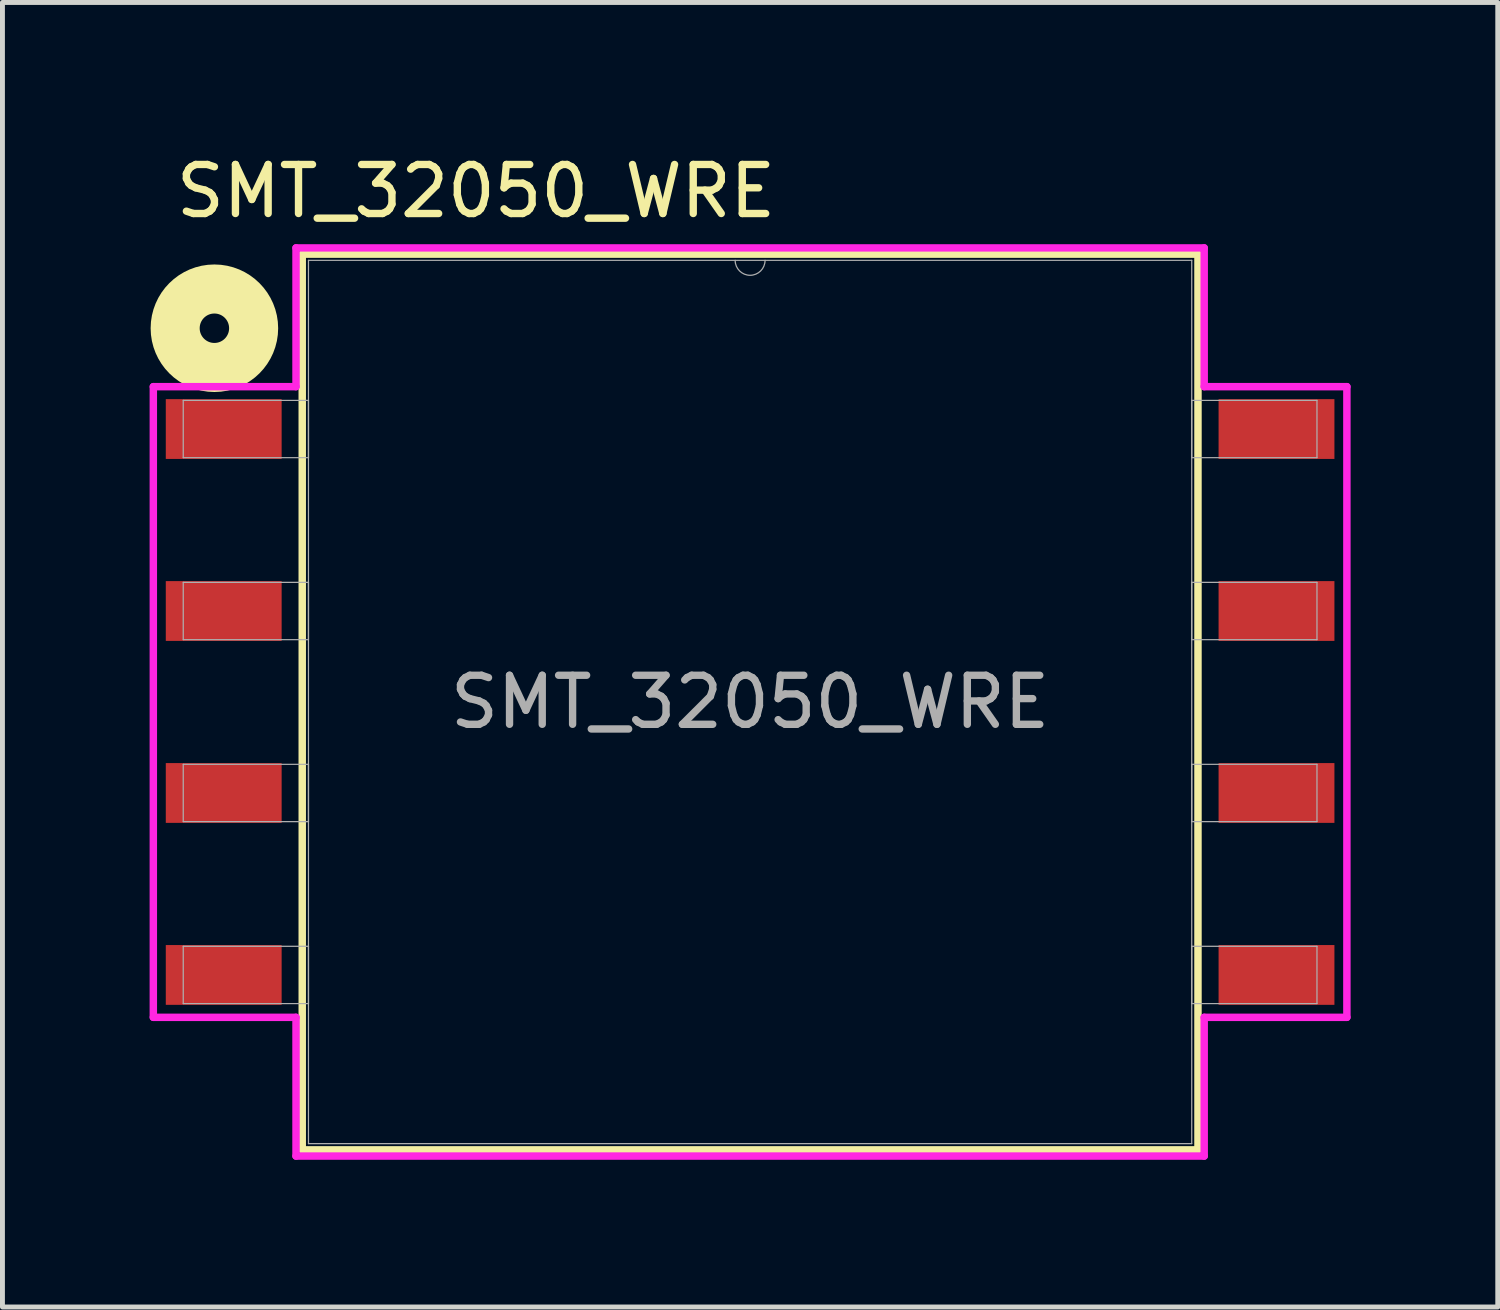
<source format=kicad_pcb>
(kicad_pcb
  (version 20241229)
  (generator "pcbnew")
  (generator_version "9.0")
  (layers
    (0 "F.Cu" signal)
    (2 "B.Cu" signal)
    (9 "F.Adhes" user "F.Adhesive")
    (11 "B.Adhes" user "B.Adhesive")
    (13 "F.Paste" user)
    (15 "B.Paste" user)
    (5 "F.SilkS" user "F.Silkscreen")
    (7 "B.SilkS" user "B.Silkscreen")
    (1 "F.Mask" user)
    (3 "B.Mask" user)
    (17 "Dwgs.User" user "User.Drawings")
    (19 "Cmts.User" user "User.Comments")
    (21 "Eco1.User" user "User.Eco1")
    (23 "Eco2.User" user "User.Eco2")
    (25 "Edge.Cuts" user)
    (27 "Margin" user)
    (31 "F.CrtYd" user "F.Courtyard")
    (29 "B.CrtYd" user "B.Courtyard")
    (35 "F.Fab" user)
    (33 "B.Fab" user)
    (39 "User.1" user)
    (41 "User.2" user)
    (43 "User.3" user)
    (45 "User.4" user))
  (footprint "SMT_32050_WRE"
    (layer "F.Cu")
    (at 12.243 11.262)
    (property "Reference" "SMT_32050_WRE" (at -5.588 -10.414 0) (unlocked yes) (layer "F.SilkS") (effects (font (size 1 1) (thickness 0.15))))
    (attr smd)
    (fp_line (start -9.131 -9.131) (end -9.131 9.131) (stroke (width 0.152) (type solid)) (layer "F.SilkS"))
    (fp_line (start -9.131 9.131) (end 9.131 9.131) (stroke (width 0.152) (type solid)) (layer "F.SilkS"))
    (fp_line (start 9.131 -9.131) (end -9.131 -9.131) (stroke (width 0.152) (type solid)) (layer "F.SilkS"))
    (fp_line (start 9.131 9.131) (end 9.131 -9.131) (stroke (width 0.152) (type solid)) (layer "F.SilkS"))
    (fp_circle (center -10.922 -7.62) (end -10.622 -7.62) (stroke (width 1) (type default)) (fill no) (layer "F.SilkS"))
    (fp_line (start -12.167 -6.429) (end -9.258 -6.429) (stroke (width 0.152) (type solid)) (layer "F.CrtYd"))
    (fp_line (start -12.167 6.429) (end -12.167 -6.429) (stroke (width 0.152) (type solid)) (layer "F.CrtYd"))
    (fp_line (start -12.167 6.429) (end -9.258 6.429) (stroke (width 0.152) (type solid)) (layer "F.CrtYd"))
    (fp_line (start -9.258 -9.258) (end 9.258 -9.258) (stroke (width 0.152) (type solid)) (layer "F.CrtYd"))
    (fp_line (start -9.258 -6.429) (end -9.258 -9.258) (stroke (width 0.152) (type solid)) (layer "F.CrtYd"))
    (fp_line (start -9.258 9.258) (end -9.258 6.429) (stroke (width 0.152) (type solid)) (layer "F.CrtYd"))
    (fp_line (start 9.258 -9.258) (end 9.258 -6.429) (stroke (width 0.152) (type solid)) (layer "F.CrtYd"))
    (fp_line (start 9.258 6.429) (end 9.258 9.258) (stroke (width 0.152) (type solid)) (layer "F.CrtYd"))
    (fp_line (start 9.258 9.258) (end -9.258 9.258) (stroke (width 0.152) (type solid)) (layer "F.CrtYd"))
    (fp_line (start 12.167 -6.429) (end 9.258 -6.429) (stroke (width 0.152) (type solid)) (layer "F.CrtYd"))
    (fp_line (start 12.167 -6.429) (end 12.167 6.429) (stroke (width 0.152) (type solid)) (layer "F.CrtYd"))
    (fp_line (start 12.167 6.429) (end 9.258 6.429) (stroke (width 0.152) (type solid)) (layer "F.CrtYd"))
    (fp_line (start -11.557 -6.149) (end -11.557 -4.981) (stroke (width 0.025) (type solid)) (layer "F.Fab"))
    (fp_line (start -11.557 -4.981) (end -9.004 -4.981) (stroke (width 0.025) (type solid)) (layer "F.Fab"))
    (fp_line (start -11.557 -2.439) (end -11.557 -1.271) (stroke (width 0.025) (type solid)) (layer "F.Fab"))
    (fp_line (start -11.557 -1.271) (end -9.004 -1.271) (stroke (width 0.025) (type solid)) (layer "F.Fab"))
    (fp_line (start -11.557 1.271) (end -11.557 2.439) (stroke (width 0.025) (type solid)) (layer "F.Fab"))
    (fp_line (start -11.557 2.439) (end -9.004 2.439) (stroke (width 0.025) (type solid)) (layer "F.Fab"))
    (fp_line (start -11.557 4.981) (end -11.557 6.149) (stroke (width 0.025) (type solid)) (layer "F.Fab"))
    (fp_line (start -11.557 6.149) (end -9.004 6.149) (stroke (width 0.025) (type solid)) (layer "F.Fab"))
    (fp_line (start -9.004 -9.004) (end -9.004 9.004) (stroke (width 0.025) (type solid)) (layer "F.Fab"))
    (fp_line (start -9.004 -6.149) (end -11.557 -6.149) (stroke (width 0.025) (type solid)) (layer "F.Fab"))
    (fp_line (start -9.004 -4.981) (end -9.004 -6.149) (stroke (width 0.025) (type solid)) (layer "F.Fab"))
    (fp_line (start -9.004 -2.439) (end -11.557 -2.439) (stroke (width 0.025) (type solid)) (layer "F.Fab"))
    (fp_line (start -9.004 -1.271) (end -9.004 -2.439) (stroke (width 0.025) (type solid)) (layer "F.Fab"))
    (fp_line (start -9.004 1.271) (end -11.557 1.271) (stroke (width 0.025) (type solid)) (layer "F.Fab"))
    (fp_line (start -9.004 2.439) (end -9.004 1.271) (stroke (width 0.025) (type solid)) (layer "F.Fab"))
    (fp_line (start -9.004 4.981) (end -11.557 4.981) (stroke (width 0.025) (type solid)) (layer "F.Fab"))
    (fp_line (start -9.004 6.149) (end -9.004 4.981) (stroke (width 0.025) (type solid)) (layer "F.Fab"))
    (fp_line (start -9.004 9.004) (end 9.004 9.004) (stroke (width 0.025) (type solid)) (layer "F.Fab"))
    (fp_line (start 9.004 -9.004) (end -9.004 -9.004) (stroke (width 0.025) (type solid)) (layer "F.Fab"))
    (fp_line (start 9.004 -6.149) (end 9.004 -4.981) (stroke (width 0.025) (type solid)) (layer "F.Fab"))
    (fp_line (start 9.004 -4.981) (end 11.557 -4.981) (stroke (width 0.025) (type solid)) (layer "F.Fab"))
    (fp_line (start 9.004 -2.439) (end 9.004 -1.271) (stroke (width 0.025) (type solid)) (layer "F.Fab"))
    (fp_line (start 9.004 -1.271) (end 11.557 -1.271) (stroke (width 0.025) (type solid)) (layer "F.Fab"))
    (fp_line (start 9.004 1.271) (end 9.004 2.439) (stroke (width 0.025) (type solid)) (layer "F.Fab"))
    (fp_line (start 9.004 2.439) (end 11.557 2.439) (stroke (width 0.025) (type solid)) (layer "F.Fab"))
    (fp_line (start 9.004 4.981) (end 9.004 6.149) (stroke (width 0.025) (type solid)) (layer "F.Fab"))
    (fp_line (start 9.004 6.149) (end 11.557 6.149) (stroke (width 0.025) (type solid)) (layer "F.Fab"))
    (fp_line (start 9.004 9.004) (end 9.004 -9.004) (stroke (width 0.025) (type solid)) (layer "F.Fab"))
    (fp_line (start 11.557 -6.149) (end 9.004 -6.149) (stroke (width 0.025) (type solid)) (layer "F.Fab"))
    (fp_line (start 11.557 -4.981) (end 11.557 -6.149) (stroke (width 0.025) (type solid)) (layer "F.Fab"))
    (fp_line (start 11.557 -2.439) (end 9.004 -2.439) (stroke (width 0.025) (type solid)) (layer "F.Fab"))
    (fp_line (start 11.557 -1.271) (end 11.557 -2.439) (stroke (width 0.025) (type solid)) (layer "F.Fab"))
    (fp_line (start 11.557 1.271) (end 9.004 1.271) (stroke (width 0.025) (type solid)) (layer "F.Fab"))
    (fp_line (start 11.557 2.439) (end 11.557 1.271) (stroke (width 0.025) (type solid)) (layer "F.Fab"))
    (fp_line (start 11.557 4.981) (end 9.004 4.981) (stroke (width 0.025) (type solid)) (layer "F.Fab"))
    (fp_line (start 11.557 6.149) (end 11.557 4.981) (stroke (width 0.025) (type solid)) (layer "F.Fab"))
    (fp_arc (start 0.3048 -9.0043) (mid 0 -8.6995) (end -0.3048 -9.0043) (stroke (width 0.0254) (type solid)) (layer "F.Fab"))
    (fp_text user "${REFERENCE}" (at 0 0 0) (unlocked yes) (layer "F.Fab") (effects (font (size 1 1) (thickness 0.15))))
    (pad "1" smd rect (at -10.732 -5.565) (size 2.362 1.219) (layers "F.Cu" "F.Mask" "F.Paste"))
    (pad "2" smd rect (at -10.732 -1.855) (size 2.362 1.219) (layers "F.Cu" "F.Mask" "F.Paste"))
    (pad "3" smd rect (at -10.732 1.855) (size 2.362 1.219) (layers "F.Cu" "F.Mask" "F.Paste"))
    (pad "4" smd rect (at -10.732 5.565) (size 2.362 1.219) (layers "F.Cu" "F.Mask" "F.Paste"))
    (pad "5" smd rect (at 10.732 5.565) (size 2.362 1.219) (layers "F.Cu" "F.Mask" "F.Paste"))
    (pad "6" smd rect (at 10.732 1.855) (size 2.362 1.219) (layers "F.Cu" "F.Mask" "F.Paste"))
    (pad "7" smd rect (at 10.732 -1.855) (size 2.362 1.219) (layers "F.Cu" "F.Mask" "F.Paste"))
    (pad "8" smd rect (at 10.732 -5.565) (size 2.362 1.219) (layers "F.Cu" "F.Mask" "F.Paste")))
  (gr_rect
    (start -3 -3)
    (end 27.486 23.597)
    (stroke (width 0.1) (type default))
    (fill no)
    (layer "Edge.Cuts")))
</source>
